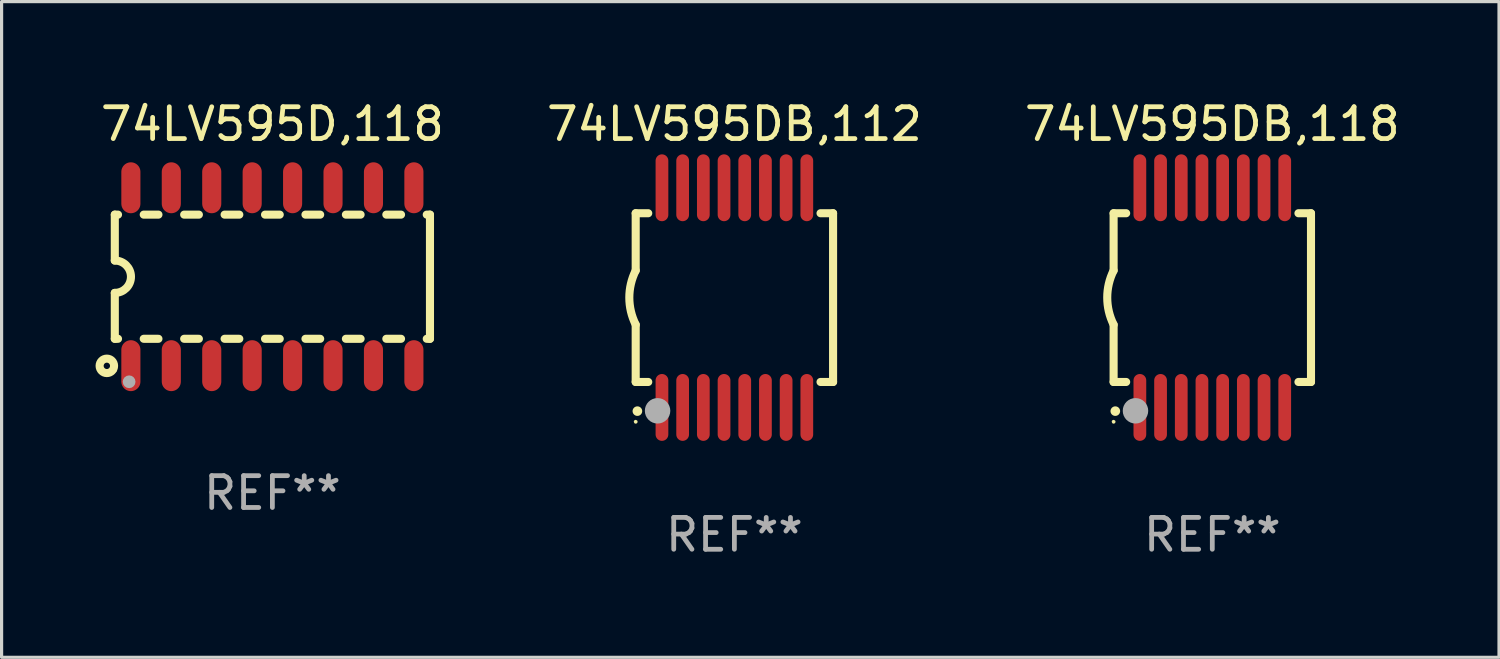
<source format=kicad_pcb>
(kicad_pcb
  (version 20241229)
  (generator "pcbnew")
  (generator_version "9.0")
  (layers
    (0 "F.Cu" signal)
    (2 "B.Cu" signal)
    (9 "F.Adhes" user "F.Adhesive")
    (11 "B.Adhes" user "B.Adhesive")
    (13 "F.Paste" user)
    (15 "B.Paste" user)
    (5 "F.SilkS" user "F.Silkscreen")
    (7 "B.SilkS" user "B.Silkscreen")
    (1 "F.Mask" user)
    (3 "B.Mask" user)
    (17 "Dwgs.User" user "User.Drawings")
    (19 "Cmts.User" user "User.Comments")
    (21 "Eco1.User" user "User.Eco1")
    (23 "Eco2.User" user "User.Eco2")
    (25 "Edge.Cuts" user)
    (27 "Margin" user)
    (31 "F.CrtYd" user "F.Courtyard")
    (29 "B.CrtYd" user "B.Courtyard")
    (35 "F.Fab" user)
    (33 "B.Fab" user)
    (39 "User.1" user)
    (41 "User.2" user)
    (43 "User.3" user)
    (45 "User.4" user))
  (footprint "74LV595D,118"
    (layer "F.Cu")
    (at 5.506 5.642)
    (property "Reference" "74LV595D,118" (at 0 -4.794 0) (layer "F.SilkS") (effects (font (size 1 1) (thickness 0.15))))
    (attr through_hole)
    (fp_line (start -4.95 -1.95) (end -4.95 -0.508) (stroke (width 0.254) (type solid)) (layer "F.SilkS"))
    (fp_line (start -4.95 -1.95) (end -4.849 -1.95) (stroke (width 0.254) (type solid)) (layer "F.SilkS"))
    (fp_line (start -4.95 1.95) (end -4.95 0.508) (stroke (width 0.254) (type solid)) (layer "F.SilkS"))
    (fp_line (start -4.95 1.95) (end -4.849 1.95) (stroke (width 0.254) (type solid)) (layer "F.SilkS"))
    (fp_line (start -4.041 -1.95) (end -3.579 -1.95) (stroke (width 0.254) (type solid)) (layer "F.SilkS"))
    (fp_line (start -4.041 1.95) (end -3.579 1.95) (stroke (width 0.254) (type solid)) (layer "F.SilkS"))
    (fp_line (start -2.771 -1.95) (end -2.309 -1.95) (stroke (width 0.254) (type solid)) (layer "F.SilkS"))
    (fp_line (start -2.771 1.95) (end -2.309 1.95) (stroke (width 0.254) (type solid)) (layer "F.SilkS"))
    (fp_line (start -1.501 -1.95) (end -1.039 -1.95) (stroke (width 0.254) (type solid)) (layer "F.SilkS"))
    (fp_line (start -1.501 1.95) (end -1.039 1.95) (stroke (width 0.254) (type solid)) (layer "F.SilkS"))
    (fp_line (start -0.231 -1.95) (end 0.231 -1.95) (stroke (width 0.254) (type solid)) (layer "F.SilkS"))
    (fp_line (start -0.231 1.95) (end 0.231 1.95) (stroke (width 0.254) (type solid)) (layer "F.SilkS"))
    (fp_line (start 1.039 -1.95) (end 1.501 -1.95) (stroke (width 0.254) (type solid)) (layer "F.SilkS"))
    (fp_line (start 1.039 1.95) (end 1.501 1.95) (stroke (width 0.254) (type solid)) (layer "F.SilkS"))
    (fp_line (start 2.309 -1.95) (end 2.771 -1.95) (stroke (width 0.254) (type solid)) (layer "F.SilkS"))
    (fp_line (start 2.309 1.95) (end 2.771 1.95) (stroke (width 0.254) (type solid)) (layer "F.SilkS"))
    (fp_line (start 3.579 -1.95) (end 4.041 -1.95) (stroke (width 0.254) (type solid)) (layer "F.SilkS"))
    (fp_line (start 3.579 1.95) (end 4.041 1.95) (stroke (width 0.254) (type solid)) (layer "F.SilkS"))
    (fp_line (start 4.849 -1.95) (end 4.95 -1.95) (stroke (width 0.254) (type solid)) (layer "F.SilkS"))
    (fp_line (start 4.849 1.95) (end 4.95 1.95) (stroke (width 0.254) (type solid)) (layer "F.SilkS"))
    (fp_line (start 4.95 -1.95) (end 4.95 1.95) (stroke (width 0.254) (type solid)) (layer "F.SilkS"))
    (fp_arc (start -4.95047 -0.508001) (mid -4.442469 -0.000228) (end -4.950013 0.508001) (stroke (width 0.254001) (type solid)) (layer "F.SilkS"))
    (fp_circle (center -5.2 2.8) (end -5.1 2.8) (stroke (width 0.254) (type solid)) (fill no) (layer "F.SilkS"))
    (fp_circle (center -4.95 2.947) (end -4.92 2.947) (stroke (width 0.06) (type solid)) (fill no) (layer "F.SilkS"))
    (fp_circle (center -4.5 3.3) (end -4.4 3.3) (stroke (width 0.2) (type solid)) (fill no) (layer "F.Fab"))
    (fp_text user "REF**" (at 0 6.794 0) (layer "F.Fab") (effects (font (size 1 1) (thickness 0.15))))
    (pad "1" smd oval (at -4.445 2.794) (size 0.6 1.6) (layers "F.Cu" "F.Mask" "F.Paste"))
    (pad "2" smd oval (at -3.175 2.794) (size 0.6 1.6) (layers "F.Cu" "F.Mask" "F.Paste"))
    (pad "3" smd oval (at -1.905 2.794) (size 0.6 1.6) (layers "F.Cu" "F.Mask" "F.Paste"))
    (pad "4" smd oval (at -0.635 2.794) (size 0.6 1.6) (layers "F.Cu" "F.Mask" "F.Paste"))
    (pad "5" smd oval (at 0.635 2.794) (size 0.6 1.6) (layers "F.Cu" "F.Mask" "F.Paste"))
    (pad "6" smd oval (at 1.905 2.794) (size 0.6 1.6) (layers "F.Cu" "F.Mask" "F.Paste"))
    (pad "7" smd oval (at 3.175 2.794) (size 0.6 1.6) (layers "F.Cu" "F.Mask" "F.Paste"))
    (pad "8" smd oval (at 4.445 2.794) (size 0.6 1.6) (layers "F.Cu" "F.Mask" "F.Paste"))
    (pad "9" smd oval (at 4.445 -2.794) (size 0.6 1.6) (layers "F.Cu" "F.Mask" "F.Paste"))
    (pad "10" smd oval (at 3.175 -2.794) (size 0.6 1.6) (layers "F.Cu" "F.Mask" "F.Paste"))
    (pad "11" smd oval (at 1.905 -2.794) (size 0.6 1.6) (layers "F.Cu" "F.Mask" "F.Paste"))
    (pad "12" smd oval (at 0.635 -2.794) (size 0.6 1.6) (layers "F.Cu" "F.Mask" "F.Paste"))
    (pad "13" smd oval (at -0.635 -2.794) (size 0.6 1.6) (layers "F.Cu" "F.Mask" "F.Paste"))
    (pad "14" smd oval (at -1.905 -2.794) (size 0.6 1.6) (layers "F.Cu" "F.Mask" "F.Paste"))
    (pad "15" smd oval (at -3.175 -2.794) (size 0.6 1.6) (layers "F.Cu" "F.Mask" "F.Paste"))
    (pad "16" smd oval (at -4.445 -2.794) (size 0.6 1.6) (layers "F.Cu" "F.Mask" "F.Paste")))
  (footprint "74LV595DB,118"
    (layer "F.Cu")
    (at 35.03 6.298)
    (property "Reference" "74LV595DB,118" (at 0 -5.45 0) (layer "F.SilkS") (effects (font (size 1 1) (thickness 0.15))))
    (attr through_hole)
    (fp_line (start -3.1 -2.65) (end -3.1 -0.85) (stroke (width 0.254) (type solid)) (layer "F.SilkS"))
    (fp_line (start -3.1 -2.65) (end -2.706 -2.65) (stroke (width 0.254) (type solid)) (layer "F.SilkS"))
    (fp_line (start -3.1 2.65) (end -3.1 0.85) (stroke (width 0.254) (type solid)) (layer "F.SilkS"))
    (fp_line (start -3.1 2.65) (end -2.706 2.65) (stroke (width 0.254) (type solid)) (layer "F.SilkS"))
    (fp_line (start 2.706 -2.65) (end 3.1 -2.65) (stroke (width 0.254) (type solid)) (layer "F.SilkS"))
    (fp_line (start 2.706 2.65) (end 3.1 2.65) (stroke (width 0.254) (type solid)) (layer "F.SilkS"))
    (fp_line (start 3.1 -2.65) (end 3.1 2.65) (stroke (width 0.254) (type solid)) (layer "F.SilkS"))
    (fp_arc (start -3.098907 0.850902) (mid -3.300057 0.000523) (end -3.1 -0.850114) (stroke (width 0.254001) (type solid)) (layer "F.SilkS"))
    (fp_arc (start -3.048006 3.566066) (mid -3.046736 3.566061) (end -3.045466 3.566066) (stroke (width 0.3) (type solid)) (layer "F.SilkS"))
    (fp_circle (center -3.1 3.9) (end -3.07 3.9) (stroke (width 0.06) (type solid)) (fill no) (layer "F.SilkS"))
    (fp_circle (center -2.413 3.556) (end -2.213 3.556) (stroke (width 0.4) (type solid)) (fill no) (layer "F.Fab"))
    (fp_text user "REF**" (at 0 7.45 0) (layer "F.Fab") (effects (font (size 1 1) (thickness 0.15))))
    (pad "1" smd oval (at -2.275 3.45 180) (size 0.4 2.1) (layers "F.Cu" "F.Mask" "F.Paste"))
    (pad "2" smd oval (at -1.625 3.45 180) (size 0.4 2.1) (layers "F.Cu" "F.Mask" "F.Paste"))
    (pad "3" smd oval (at -0.975 3.45 180) (size 0.4 2.1) (layers "F.Cu" "F.Mask" "F.Paste"))
    (pad "4" smd oval (at -0.325 3.45 180) (size 0.4 2.1) (layers "F.Cu" "F.Mask" "F.Paste"))
    (pad "5" smd oval (at 0.325 3.45 180) (size 0.4 2.1) (layers "F.Cu" "F.Mask" "F.Paste"))
    (pad "6" smd oval (at 0.975 3.45 180) (size 0.4 2.1) (layers "F.Cu" "F.Mask" "F.Paste"))
    (pad "7" smd oval (at 1.625 3.45 180) (size 0.4 2.1) (layers "F.Cu" "F.Mask" "F.Paste"))
    (pad "8" smd oval (at 2.275 3.45 180) (size 0.4 2.1) (layers "F.Cu" "F.Mask" "F.Paste"))
    (pad "9" smd oval (at 2.275 -3.45 180) (size 0.4 2.1) (layers "F.Cu" "F.Mask" "F.Paste"))
    (pad "10" smd oval (at 1.625 -3.45 180) (size 0.4 2.1) (layers "F.Cu" "F.Mask" "F.Paste"))
    (pad "11" smd oval (at 0.975 -3.45 180) (size 0.4 2.1) (layers "F.Cu" "F.Mask" "F.Paste"))
    (pad "12" smd oval (at 0.325 -3.45 180) (size 0.4 2.1) (layers "F.Cu" "F.Mask" "F.Paste"))
    (pad "13" smd oval (at -0.325 -3.45 180) (size 0.4 2.1) (layers "F.Cu" "F.Mask" "F.Paste"))
    (pad "14" smd oval (at -0.975 -3.45 180) (size 0.4 2.1) (layers "F.Cu" "F.Mask" "F.Paste"))
    (pad "15" smd oval (at -1.625 -3.45 180) (size 0.4 2.1) (layers "F.Cu" "F.Mask" "F.Paste"))
    (pad "16" smd oval (at -2.275 -3.45 180) (size 0.4 2.1) (layers "F.Cu" "F.Mask" "F.Paste")))
  (footprint "74LV595DB,112"
    (layer "F.Cu")
    (at 20.018 6.298)
    (property "Reference" "74LV595DB,112" (at 0 -5.45 0) (layer "F.SilkS") (effects (font (size 1 1) (thickness 0.15))))
    (attr through_hole)
    (fp_line (start -3.1 -2.65) (end -3.1 -0.85) (stroke (width 0.254) (type solid)) (layer "F.SilkS"))
    (fp_line (start -3.1 -2.65) (end -2.706 -2.65) (stroke (width 0.254) (type solid)) (layer "F.SilkS"))
    (fp_line (start -3.1 2.65) (end -3.1 0.85) (stroke (width 0.254) (type solid)) (layer "F.SilkS"))
    (fp_line (start -3.1 2.65) (end -2.706 2.65) (stroke (width 0.254) (type solid)) (layer "F.SilkS"))
    (fp_line (start 2.706 -2.65) (end 3.1 -2.65) (stroke (width 0.254) (type solid)) (layer "F.SilkS"))
    (fp_line (start 2.706 2.65) (end 3.1 2.65) (stroke (width 0.254) (type solid)) (layer "F.SilkS"))
    (fp_line (start 3.1 -2.65) (end 3.1 2.65) (stroke (width 0.254) (type solid)) (layer "F.SilkS"))
    (fp_arc (start -3.098907 0.850902) (mid -3.300057 0.000523) (end -3.1 -0.850114) (stroke (width 0.254001) (type solid)) (layer "F.SilkS"))
    (fp_arc (start -3.048006 3.566066) (mid -3.046736 3.566061) (end -3.045466 3.566066) (stroke (width 0.3) (type solid)) (layer "F.SilkS"))
    (fp_circle (center -3.1 3.9) (end -3.07 3.9) (stroke (width 0.06) (type solid)) (fill no) (layer "F.SilkS"))
    (fp_circle (center -2.413 3.556) (end -2.213 3.556) (stroke (width 0.4) (type solid)) (fill no) (layer "F.Fab"))
    (fp_text user "REF**" (at 0 7.45 0) (layer "F.Fab") (effects (font (size 1 1) (thickness 0.15))))
    (pad "1" smd oval (at -2.275 3.45 180) (size 0.4 2.1) (layers "F.Cu" "F.Mask" "F.Paste"))
    (pad "2" smd oval (at -1.625 3.45 180) (size 0.4 2.1) (layers "F.Cu" "F.Mask" "F.Paste"))
    (pad "3" smd oval (at -0.975 3.45 180) (size 0.4 2.1) (layers "F.Cu" "F.Mask" "F.Paste"))
    (pad "4" smd oval (at -0.325 3.45 180) (size 0.4 2.1) (layers "F.Cu" "F.Mask" "F.Paste"))
    (pad "5" smd oval (at 0.325 3.45 180) (size 0.4 2.1) (layers "F.Cu" "F.Mask" "F.Paste"))
    (pad "6" smd oval (at 0.975 3.45 180) (size 0.4 2.1) (layers "F.Cu" "F.Mask" "F.Paste"))
    (pad "7" smd oval (at 1.625 3.45 180) (size 0.4 2.1) (layers "F.Cu" "F.Mask" "F.Paste"))
    (pad "8" smd oval (at 2.275 3.45 180) (size 0.4 2.1) (layers "F.Cu" "F.Mask" "F.Paste"))
    (pad "9" smd oval (at 2.275 -3.45 180) (size 0.4 2.1) (layers "F.Cu" "F.Mask" "F.Paste"))
    (pad "10" smd oval (at 1.625 -3.45 180) (size 0.4 2.1) (layers "F.Cu" "F.Mask" "F.Paste"))
    (pad "11" smd oval (at 0.975 -3.45 180) (size 0.4 2.1) (layers "F.Cu" "F.Mask" "F.Paste"))
    (pad "12" smd oval (at 0.325 -3.45 180) (size 0.4 2.1) (layers "F.Cu" "F.Mask" "F.Paste"))
    (pad "13" smd oval (at -0.325 -3.45 180) (size 0.4 2.1) (layers "F.Cu" "F.Mask" "F.Paste"))
    (pad "14" smd oval (at -0.975 -3.45 180) (size 0.4 2.1) (layers "F.Cu" "F.Mask" "F.Paste"))
    (pad "15" smd oval (at -1.625 -3.45 180) (size 0.4 2.1) (layers "F.Cu" "F.Mask" "F.Paste"))
    (pad "16" smd oval (at -2.275 -3.45 180) (size 0.4 2.1) (layers "F.Cu" "F.Mask" "F.Paste")))
  (gr_rect
    (start -3 -3)
    (end 44.036 17.597)
    (stroke (width 0.1) (type default))
    (fill no)
    (layer "Edge.Cuts")))
</source>
